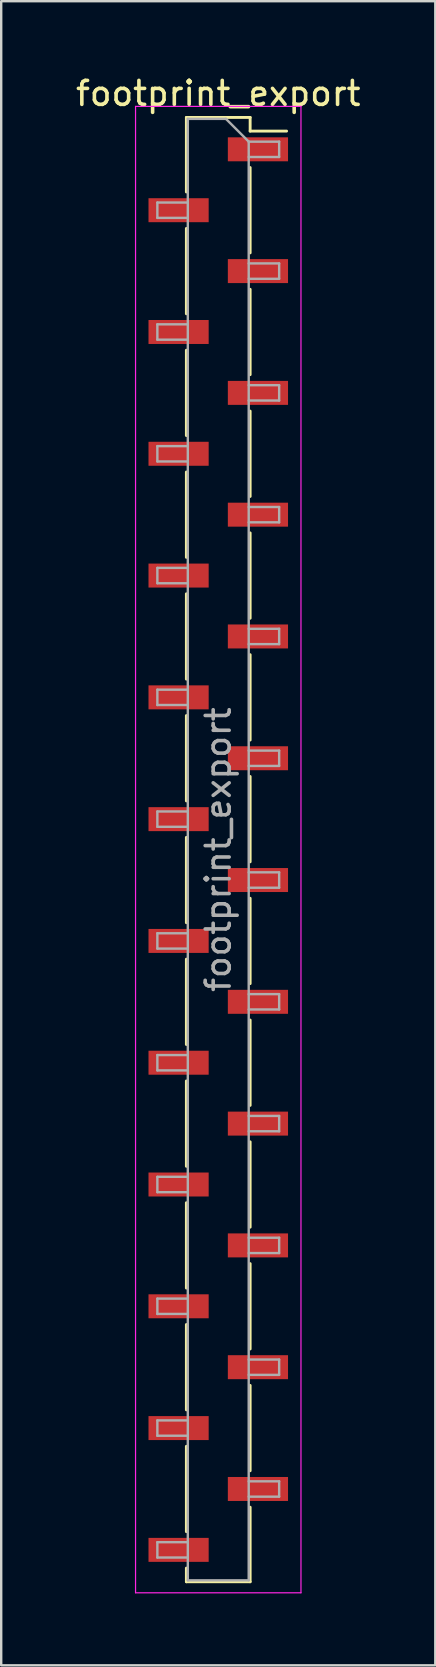
<source format=kicad_pcb>
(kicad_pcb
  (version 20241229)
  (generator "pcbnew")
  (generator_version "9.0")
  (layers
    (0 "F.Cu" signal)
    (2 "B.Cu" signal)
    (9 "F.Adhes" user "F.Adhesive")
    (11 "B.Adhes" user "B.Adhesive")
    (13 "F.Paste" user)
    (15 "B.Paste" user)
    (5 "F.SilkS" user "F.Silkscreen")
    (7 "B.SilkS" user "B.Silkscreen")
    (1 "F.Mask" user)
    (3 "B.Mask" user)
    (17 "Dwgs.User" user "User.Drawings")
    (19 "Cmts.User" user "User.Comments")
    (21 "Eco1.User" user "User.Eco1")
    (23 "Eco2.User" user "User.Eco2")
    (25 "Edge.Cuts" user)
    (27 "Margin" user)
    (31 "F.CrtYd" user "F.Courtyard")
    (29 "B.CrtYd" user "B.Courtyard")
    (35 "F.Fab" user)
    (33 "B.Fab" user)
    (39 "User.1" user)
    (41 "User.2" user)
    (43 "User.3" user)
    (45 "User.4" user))
  (footprint "footprint_export"
    (layer "F.Cu")
    (at 6.054 32.388)
    (property "Reference" "footprint_export" (at 0 -31.54 0) (layer "F.SilkS") (effects (font (size 1 1) (thickness 0.15))))
    (attr smd)
    (fp_line (start -1.33 -30.54) (end -1.33 -27.43) (stroke (width 0.12) (type solid)) (layer "F.SilkS"))
    (fp_line (start -1.33 -30.54) (end 1.33 -30.54) (stroke (width 0.12) (type solid)) (layer "F.SilkS"))
    (fp_line (start -1.33 -25.91) (end -1.33 -22.35) (stroke (width 0.12) (type solid)) (layer "F.SilkS"))
    (fp_line (start -1.33 -20.83) (end -1.33 -17.27) (stroke (width 0.12) (type solid)) (layer "F.SilkS"))
    (fp_line (start -1.33 -15.75) (end -1.33 -12.19) (stroke (width 0.12) (type solid)) (layer "F.SilkS"))
    (fp_line (start -1.33 -10.67) (end -1.33 -7.11) (stroke (width 0.12) (type solid)) (layer "F.SilkS"))
    (fp_line (start -1.33 -5.59) (end -1.33 -2.03) (stroke (width 0.12) (type solid)) (layer "F.SilkS"))
    (fp_line (start -1.33 -0.51) (end -1.33 3.05) (stroke (width 0.12) (type solid)) (layer "F.SilkS"))
    (fp_line (start -1.33 4.57) (end -1.33 8.13) (stroke (width 0.12) (type solid)) (layer "F.SilkS"))
    (fp_line (start -1.33 9.65) (end -1.33 13.21) (stroke (width 0.12) (type solid)) (layer "F.SilkS"))
    (fp_line (start -1.33 14.73) (end -1.33 18.29) (stroke (width 0.12) (type solid)) (layer "F.SilkS"))
    (fp_line (start -1.33 19.81) (end -1.33 23.37) (stroke (width 0.12) (type solid)) (layer "F.SilkS"))
    (fp_line (start -1.33 24.89) (end -1.33 28.45) (stroke (width 0.12) (type solid)) (layer "F.SilkS"))
    (fp_line (start -1.33 29.97) (end -1.33 30.54) (stroke (width 0.12) (type solid)) (layer "F.SilkS"))
    (fp_line (start -1.33 30.54) (end 1.33 30.54) (stroke (width 0.12) (type solid)) (layer "F.SilkS"))
    (fp_line (start 1.33 -30.54) (end 1.33 -29.97) (stroke (width 0.12) (type solid)) (layer "F.SilkS"))
    (fp_line (start 1.33 -29.97) (end 2.85 -29.97) (stroke (width 0.12) (type solid)) (layer "F.SilkS"))
    (fp_line (start 1.33 -28.45) (end 1.33 -24.89) (stroke (width 0.12) (type solid)) (layer "F.SilkS"))
    (fp_line (start 1.33 -23.37) (end 1.33 -19.81) (stroke (width 0.12) (type solid)) (layer "F.SilkS"))
    (fp_line (start 1.33 -18.29) (end 1.33 -14.73) (stroke (width 0.12) (type solid)) (layer "F.SilkS"))
    (fp_line (start 1.33 -13.21) (end 1.33 -9.65) (stroke (width 0.12) (type solid)) (layer "F.SilkS"))
    (fp_line (start 1.33 -8.13) (end 1.33 -4.57) (stroke (width 0.12) (type solid)) (layer "F.SilkS"))
    (fp_line (start 1.33 -3.05) (end 1.33 0.51) (stroke (width 0.12) (type solid)) (layer "F.SilkS"))
    (fp_line (start 1.33 2.03) (end 1.33 5.59) (stroke (width 0.12) (type solid)) (layer "F.SilkS"))
    (fp_line (start 1.33 7.11) (end 1.33 10.67) (stroke (width 0.12) (type solid)) (layer "F.SilkS"))
    (fp_line (start 1.33 12.19) (end 1.33 15.75) (stroke (width 0.12) (type solid)) (layer "F.SilkS"))
    (fp_line (start 1.33 17.27) (end 1.33 20.83) (stroke (width 0.12) (type solid)) (layer "F.SilkS"))
    (fp_line (start 1.33 22.35) (end 1.33 25.91) (stroke (width 0.12) (type solid)) (layer "F.SilkS"))
    (fp_line (start 1.33 27.43) (end 1.33 30.54) (stroke (width 0.12) (type solid)) (layer "F.SilkS"))
    (fp_line (start -3.45 -31) (end -3.45 31) (stroke (width 0.05) (type solid)) (layer "F.CrtYd"))
    (fp_line (start -3.45 31) (end 3.45 31) (stroke (width 0.05) (type solid)) (layer "F.CrtYd"))
    (fp_line (start 3.45 -31) (end -3.45 -31) (stroke (width 0.05) (type solid)) (layer "F.CrtYd"))
    (fp_line (start 3.45 31) (end 3.45 -31) (stroke (width 0.05) (type solid)) (layer "F.CrtYd"))
    (fp_line (start -2.54 -26.99) (end -2.54 -26.35) (stroke (width 0.1) (type solid)) (layer "F.Fab"))
    (fp_line (start -2.54 -26.35) (end -1.27 -26.35) (stroke (width 0.1) (type solid)) (layer "F.Fab"))
    (fp_line (start -2.54 -21.91) (end -2.54 -21.27) (stroke (width 0.1) (type solid)) (layer "F.Fab"))
    (fp_line (start -2.54 -21.27) (end -1.27 -21.27) (stroke (width 0.1) (type solid)) (layer "F.Fab"))
    (fp_line (start -2.54 -16.83) (end -2.54 -16.19) (stroke (width 0.1) (type solid)) (layer "F.Fab"))
    (fp_line (start -2.54 -16.19) (end -1.27 -16.19) (stroke (width 0.1) (type solid)) (layer "F.Fab"))
    (fp_line (start -2.54 -11.75) (end -2.54 -11.11) (stroke (width 0.1) (type solid)) (layer "F.Fab"))
    (fp_line (start -2.54 -11.11) (end -1.27 -11.11) (stroke (width 0.1) (type solid)) (layer "F.Fab"))
    (fp_line (start -2.54 -6.67) (end -2.54 -6.03) (stroke (width 0.1) (type solid)) (layer "F.Fab"))
    (fp_line (start -2.54 -6.03) (end -1.27 -6.03) (stroke (width 0.1) (type solid)) (layer "F.Fab"))
    (fp_line (start -2.54 -1.59) (end -2.54 -0.95) (stroke (width 0.1) (type solid)) (layer "F.Fab"))
    (fp_line (start -2.54 -0.95) (end -1.27 -0.95) (stroke (width 0.1) (type solid)) (layer "F.Fab"))
    (fp_line (start -2.54 3.49) (end -2.54 4.13) (stroke (width 0.1) (type solid)) (layer "F.Fab"))
    (fp_line (start -2.54 4.13) (end -1.27 4.13) (stroke (width 0.1) (type solid)) (layer "F.Fab"))
    (fp_line (start -2.54 8.57) (end -2.54 9.21) (stroke (width 0.1) (type solid)) (layer "F.Fab"))
    (fp_line (start -2.54 9.21) (end -1.27 9.21) (stroke (width 0.1) (type solid)) (layer "F.Fab"))
    (fp_line (start -2.54 13.65) (end -2.54 14.29) (stroke (width 0.1) (type solid)) (layer "F.Fab"))
    (fp_line (start -2.54 14.29) (end -1.27 14.29) (stroke (width 0.1) (type solid)) (layer "F.Fab"))
    (fp_line (start -2.54 18.73) (end -2.54 19.37) (stroke (width 0.1) (type solid)) (layer "F.Fab"))
    (fp_line (start -2.54 19.37) (end -1.27 19.37) (stroke (width 0.1) (type solid)) (layer "F.Fab"))
    (fp_line (start -2.54 23.81) (end -2.54 24.45) (stroke (width 0.1) (type solid)) (layer "F.Fab"))
    (fp_line (start -2.54 24.45) (end -1.27 24.45) (stroke (width 0.1) (type solid)) (layer "F.Fab"))
    (fp_line (start -2.54 28.89) (end -2.54 29.53) (stroke (width 0.1) (type solid)) (layer "F.Fab"))
    (fp_line (start -2.54 29.53) (end -1.27 29.53) (stroke (width 0.1) (type solid)) (layer "F.Fab"))
    (fp_line (start -1.27 -30.48) (end -1.27 30.48) (stroke (width 0.1) (type solid)) (layer "F.Fab"))
    (fp_line (start -1.27 -30.48) (end 0.32 -30.48) (stroke (width 0.1) (type solid)) (layer "F.Fab"))
    (fp_line (start -1.27 -26.99) (end -2.54 -26.99) (stroke (width 0.1) (type solid)) (layer "F.Fab"))
    (fp_line (start -1.27 -21.91) (end -2.54 -21.91) (stroke (width 0.1) (type solid)) (layer "F.Fab"))
    (fp_line (start -1.27 -16.83) (end -2.54 -16.83) (stroke (width 0.1) (type solid)) (layer "F.Fab"))
    (fp_line (start -1.27 -11.75) (end -2.54 -11.75) (stroke (width 0.1) (type solid)) (layer "F.Fab"))
    (fp_line (start -1.27 -6.67) (end -2.54 -6.67) (stroke (width 0.1) (type solid)) (layer "F.Fab"))
    (fp_line (start -1.27 -1.59) (end -2.54 -1.59) (stroke (width 0.1) (type solid)) (layer "F.Fab"))
    (fp_line (start -1.27 3.49) (end -2.54 3.49) (stroke (width 0.1) (type solid)) (layer "F.Fab"))
    (fp_line (start -1.27 8.57) (end -2.54 8.57) (stroke (width 0.1) (type solid)) (layer "F.Fab"))
    (fp_line (start -1.27 13.65) (end -2.54 13.65) (stroke (width 0.1) (type solid)) (layer "F.Fab"))
    (fp_line (start -1.27 18.73) (end -2.54 18.73) (stroke (width 0.1) (type solid)) (layer "F.Fab"))
    (fp_line (start -1.27 23.81) (end -2.54 23.81) (stroke (width 0.1) (type solid)) (layer "F.Fab"))
    (fp_line (start -1.27 28.89) (end -2.54 28.89) (stroke (width 0.1) (type solid)) (layer "F.Fab"))
    (fp_line (start 1.27 -29.53) (end 0.32 -30.48) (stroke (width 0.1) (type solid)) (layer "F.Fab"))
    (fp_line (start 1.27 -29.53) (end 2.54 -29.53) (stroke (width 0.1) (type solid)) (layer "F.Fab"))
    (fp_line (start 1.27 -24.45) (end 2.54 -24.45) (stroke (width 0.1) (type solid)) (layer "F.Fab"))
    (fp_line (start 1.27 -19.37) (end 2.54 -19.37) (stroke (width 0.1) (type solid)) (layer "F.Fab"))
    (fp_line (start 1.27 -14.29) (end 2.54 -14.29) (stroke (width 0.1) (type solid)) (layer "F.Fab"))
    (fp_line (start 1.27 -9.21) (end 2.54 -9.21) (stroke (width 0.1) (type solid)) (layer "F.Fab"))
    (fp_line (start 1.27 -4.13) (end 2.54 -4.13) (stroke (width 0.1) (type solid)) (layer "F.Fab"))
    (fp_line (start 1.27 0.95) (end 2.54 0.95) (stroke (width 0.1) (type solid)) (layer "F.Fab"))
    (fp_line (start 1.27 6.03) (end 2.54 6.03) (stroke (width 0.1) (type solid)) (layer "F.Fab"))
    (fp_line (start 1.27 11.11) (end 2.54 11.11) (stroke (width 0.1) (type solid)) (layer "F.Fab"))
    (fp_line (start 1.27 16.19) (end 2.54 16.19) (stroke (width 0.1) (type solid)) (layer "F.Fab"))
    (fp_line (start 1.27 21.27) (end 2.54 21.27) (stroke (width 0.1) (type solid)) (layer "F.Fab"))
    (fp_line (start 1.27 26.35) (end 2.54 26.35) (stroke (width 0.1) (type solid)) (layer "F.Fab"))
    (fp_line (start 1.27 30.48) (end -1.27 30.48) (stroke (width 0.1) (type solid)) (layer "F.Fab"))
    (fp_line (start 1.27 30.48) (end 1.27 -29.53) (stroke (width 0.1) (type solid)) (layer "F.Fab"))
    (fp_line (start 2.54 -29.53) (end 2.54 -28.89) (stroke (width 0.1) (type solid)) (layer "F.Fab"))
    (fp_line (start 2.54 -28.89) (end 1.27 -28.89) (stroke (width 0.1) (type solid)) (layer "F.Fab"))
    (fp_line (start 2.54 -24.45) (end 2.54 -23.81) (stroke (width 0.1) (type solid)) (layer "F.Fab"))
    (fp_line (start 2.54 -23.81) (end 1.27 -23.81) (stroke (width 0.1) (type solid)) (layer "F.Fab"))
    (fp_line (start 2.54 -19.37) (end 2.54 -18.73) (stroke (width 0.1) (type solid)) (layer "F.Fab"))
    (fp_line (start 2.54 -18.73) (end 1.27 -18.73) (stroke (width 0.1) (type solid)) (layer "F.Fab"))
    (fp_line (start 2.54 -14.29) (end 2.54 -13.65) (stroke (width 0.1) (type solid)) (layer "F.Fab"))
    (fp_line (start 2.54 -13.65) (end 1.27 -13.65) (stroke (width 0.1) (type solid)) (layer "F.Fab"))
    (fp_line (start 2.54 -9.21) (end 2.54 -8.57) (stroke (width 0.1) (type solid)) (layer "F.Fab"))
    (fp_line (start 2.54 -8.57) (end 1.27 -8.57) (stroke (width 0.1) (type solid)) (layer "F.Fab"))
    (fp_line (start 2.54 -4.13) (end 2.54 -3.49) (stroke (width 0.1) (type solid)) (layer "F.Fab"))
    (fp_line (start 2.54 -3.49) (end 1.27 -3.49) (stroke (width 0.1) (type solid)) (layer "F.Fab"))
    (fp_line (start 2.54 0.95) (end 2.54 1.59) (stroke (width 0.1) (type solid)) (layer "F.Fab"))
    (fp_line (start 2.54 1.59) (end 1.27 1.59) (stroke (width 0.1) (type solid)) (layer "F.Fab"))
    (fp_line (start 2.54 6.03) (end 2.54 6.67) (stroke (width 0.1) (type solid)) (layer "F.Fab"))
    (fp_line (start 2.54 6.67) (end 1.27 6.67) (stroke (width 0.1) (type solid)) (layer "F.Fab"))
    (fp_line (start 2.54 11.11) (end 2.54 11.75) (stroke (width 0.1) (type solid)) (layer "F.Fab"))
    (fp_line (start 2.54 11.75) (end 1.27 11.75) (stroke (width 0.1) (type solid)) (layer "F.Fab"))
    (fp_line (start 2.54 16.19) (end 2.54 16.83) (stroke (width 0.1) (type solid)) (layer "F.Fab"))
    (fp_line (start 2.54 16.83) (end 1.27 16.83) (stroke (width 0.1) (type solid)) (layer "F.Fab"))
    (fp_line (start 2.54 21.27) (end 2.54 21.91) (stroke (width 0.1) (type solid)) (layer "F.Fab"))
    (fp_line (start 2.54 21.91) (end 1.27 21.91) (stroke (width 0.1) (type solid)) (layer "F.Fab"))
    (fp_line (start 2.54 26.35) (end 2.54 26.99) (stroke (width 0.1) (type solid)) (layer "F.Fab"))
    (fp_line (start 2.54 26.99) (end 1.27 26.99) (stroke (width 0.1) (type solid)) (layer "F.Fab"))
    (fp_text user "${REFERENCE}" (at 0 0 90) (layer "F.Fab") (effects (font (size 1 1) (thickness 0.15))))
    (pad "1" smd rect (at 1.655 -29.21) (size 2.51 1) (layers "F.Cu" "F.Mask" "F.Paste"))
    (pad "2" smd rect (at -1.655 -26.67) (size 2.51 1) (layers "F.Cu" "F.Mask" "F.Paste"))
    (pad "3" smd rect (at 1.655 -24.13) (size 2.51 1) (layers "F.Cu" "F.Mask" "F.Paste"))
    (pad "4" smd rect (at -1.655 -21.59) (size 2.51 1) (layers "F.Cu" "F.Mask" "F.Paste"))
    (pad "5" smd rect (at 1.655 -19.05) (size 2.51 1) (layers "F.Cu" "F.Mask" "F.Paste"))
    (pad "6" smd rect (at -1.655 -16.51) (size 2.51 1) (layers "F.Cu" "F.Mask" "F.Paste"))
    (pad "7" smd rect (at 1.655 -13.97) (size 2.51 1) (layers "F.Cu" "F.Mask" "F.Paste"))
    (pad "8" smd rect (at -1.655 -11.43) (size 2.51 1) (layers "F.Cu" "F.Mask" "F.Paste"))
    (pad "9" smd rect (at 1.655 -8.89) (size 2.51 1) (layers "F.Cu" "F.Mask" "F.Paste"))
    (pad "10" smd rect (at -1.655 -6.35) (size 2.51 1) (layers "F.Cu" "F.Mask" "F.Paste"))
    (pad "11" smd rect (at 1.655 -3.81) (size 2.51 1) (layers "F.Cu" "F.Mask" "F.Paste"))
    (pad "12" smd rect (at -1.655 -1.27) (size 2.51 1) (layers "F.Cu" "F.Mask" "F.Paste"))
    (pad "13" smd rect (at 1.655 1.27) (size 2.51 1) (layers "F.Cu" "F.Mask" "F.Paste"))
    (pad "14" smd rect (at -1.655 3.81) (size 2.51 1) (layers "F.Cu" "F.Mask" "F.Paste"))
    (pad "15" smd rect (at 1.655 6.35) (size 2.51 1) (layers "F.Cu" "F.Mask" "F.Paste"))
    (pad "16" smd rect (at -1.655 8.89) (size 2.51 1) (layers "F.Cu" "F.Mask" "F.Paste"))
    (pad "17" smd rect (at 1.655 11.43) (size 2.51 1) (layers "F.Cu" "F.Mask" "F.Paste"))
    (pad "18" smd rect (at -1.655 13.97) (size 2.51 1) (layers "F.Cu" "F.Mask" "F.Paste"))
    (pad "19" smd rect (at 1.655 16.51) (size 2.51 1) (layers "F.Cu" "F.Mask" "F.Paste"))
    (pad "20" smd rect (at -1.655 19.05) (size 2.51 1) (layers "F.Cu" "F.Mask" "F.Paste"))
    (pad "21" smd rect (at 1.655 21.59) (size 2.51 1) (layers "F.Cu" "F.Mask" "F.Paste"))
    (pad "22" smd rect (at -1.655 24.13) (size 2.51 1) (layers "F.Cu" "F.Mask" "F.Paste"))
    (pad "23" smd rect (at 1.655 26.67) (size 2.51 1) (layers "F.Cu" "F.Mask" "F.Paste"))
    (pad "24" smd rect (at -1.655 29.21) (size 2.51 1) (layers "F.Cu" "F.Mask" "F.Paste")))
  (gr_rect
    (start -3 -3)
    (end 15.107 66.413)
    (stroke (width 0.1) (type default))
    (fill no)
    (layer "Edge.Cuts")))
</source>
